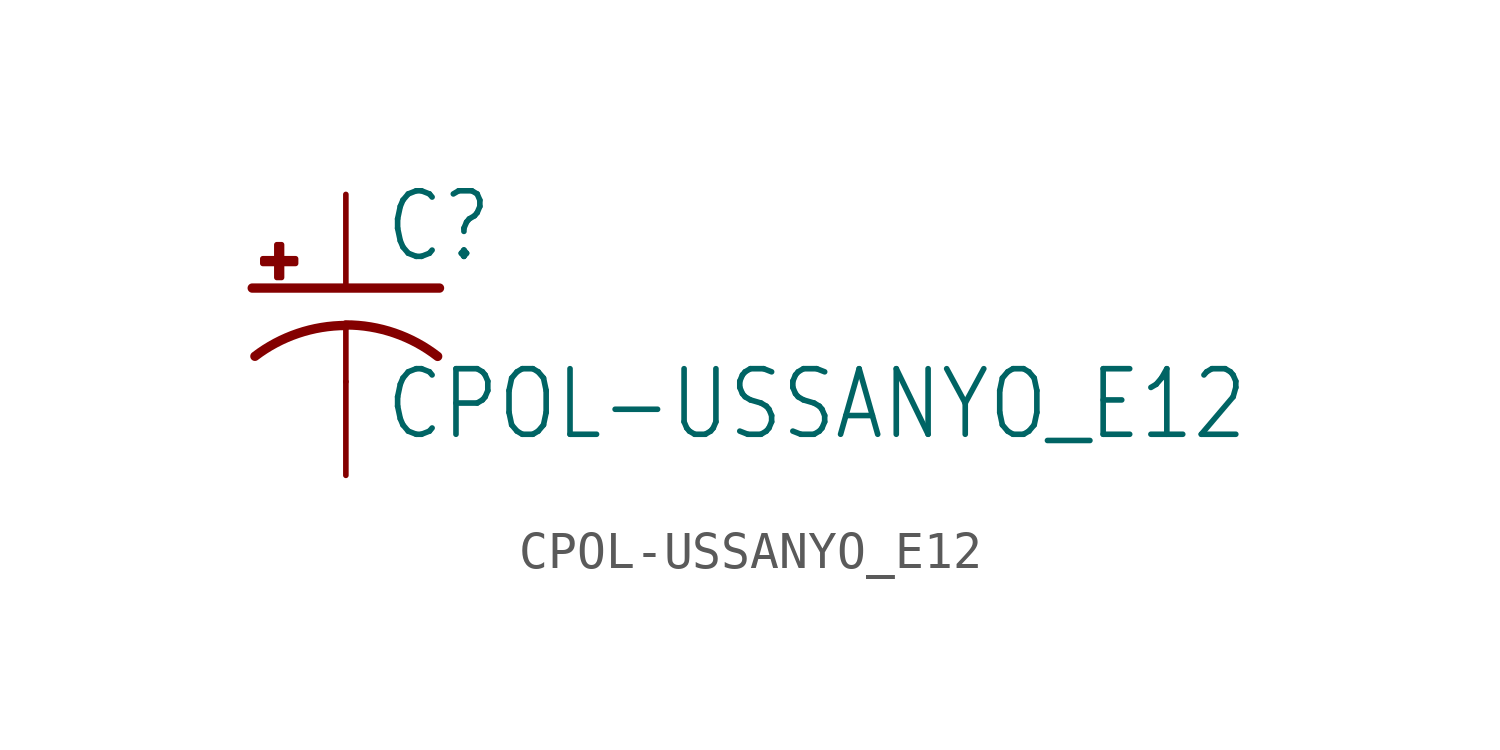
<source format=kicad_sym>
(kicad_symbol_lib
  (version 20220914)
  (generator kicad_symbol_editor)
  (symbol "CPOL-USSANYO_E12"
    (property "Reference" "C"
      (at 1.016 0.635 0)
      (effects (font (size 1.778 1.511)) (justify left bottom)))
    (property "Value" "CPOL-USSANYO_E12"
      (at 1.016 -4.191 0)
      (effects (font (size 1.778 1.511)) (justify left bottom)))
    (property "ki_locked" ""
      (at 0 0 0)
      (effects (font (size 1.27 1.27))))
    (symbol "CPOL-USSANYO_E12_1_0"
      (rectangle (start -2.253 0.668) (end -1.364 0.795) (stroke (width 0) (type default)) (fill (type outline)))
      (rectangle (start -1.872 0.287) (end -1.745 1.176) (stroke (width 0) (type default)) (fill (type outline)))
      (arc (start 0 -1.0161) (mid -1.3021 -1.2302) (end -2.4669 -1.8504) (stroke (width 0.254) (type default)) (fill (type none)))
      (polyline (pts (xy -2.54 0) (xy 2.54 0)) (stroke (width 0.254) (type default)) (fill (type none)))
      (polyline (pts (xy 0 -1.016) (xy 0 -2.54)) (stroke (width 0.152) (type default)) (fill (type none)))
      (arc (start 2.4892 -1.8542) (mid 1.3158 -1.2195) (end 0 -1) (stroke (width 0.254) (type default)) (fill (type none)))
      (pin passive line (at 0 2.54 270) (length 2.54) (name "+" (effects (font (size 0 0)))) (number "+" (effects (font (size 0 0)))))
      (pin passive line (at 0 -5.08 90) (length 2.54) (name "-" (effects (font (size 0 0)))) (number "-" (effects (font (size 0 0))))))))
</source>
